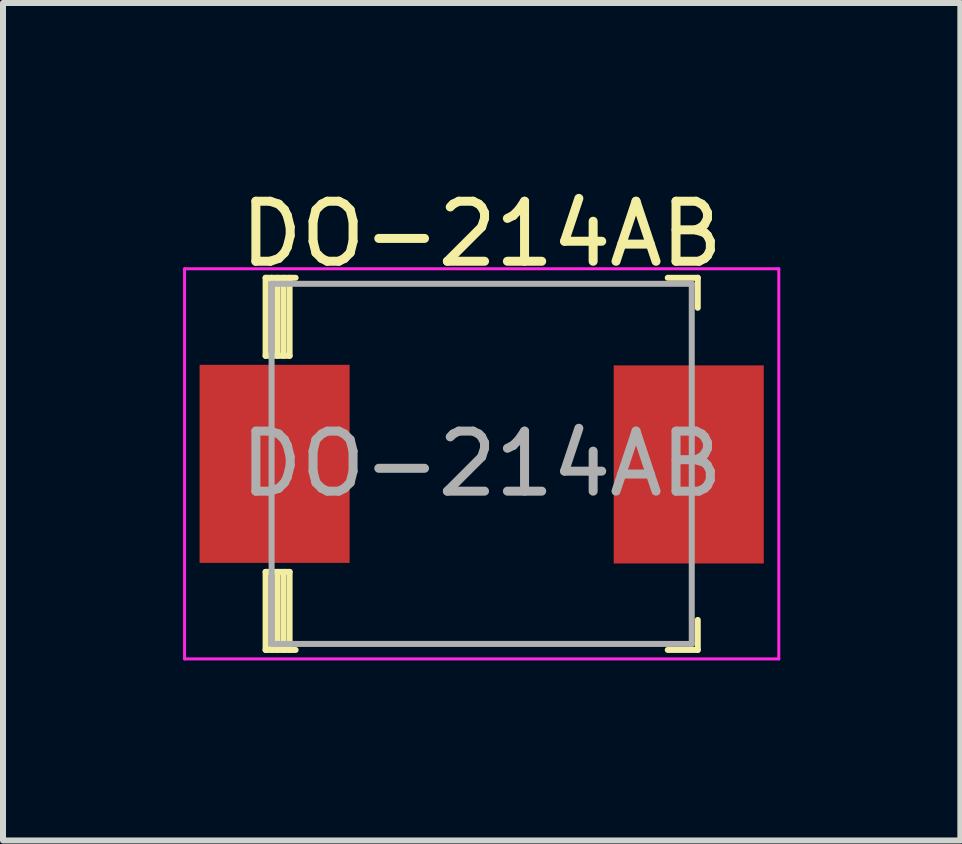
<source format=kicad_pcb>
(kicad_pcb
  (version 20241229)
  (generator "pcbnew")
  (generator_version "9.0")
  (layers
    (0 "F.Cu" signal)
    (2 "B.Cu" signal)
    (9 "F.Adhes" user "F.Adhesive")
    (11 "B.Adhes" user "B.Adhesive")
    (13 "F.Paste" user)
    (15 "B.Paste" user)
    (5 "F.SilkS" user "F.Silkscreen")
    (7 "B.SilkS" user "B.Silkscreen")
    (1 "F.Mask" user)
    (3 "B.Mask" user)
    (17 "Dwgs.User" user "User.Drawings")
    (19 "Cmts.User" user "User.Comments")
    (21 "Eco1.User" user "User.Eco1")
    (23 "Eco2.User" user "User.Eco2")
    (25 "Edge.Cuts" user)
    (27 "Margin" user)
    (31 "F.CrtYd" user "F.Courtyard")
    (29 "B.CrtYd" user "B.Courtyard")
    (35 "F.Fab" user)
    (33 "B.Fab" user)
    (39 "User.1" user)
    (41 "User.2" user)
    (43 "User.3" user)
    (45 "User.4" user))
  (footprint "DO-214AB"
    (layer "F.Cu")
    (at 4.975 4.678)
    (property "Reference" "DO-214AB" (at 0 -3.83 0) (layer "F.SilkS") (effects (font (size 1 1) (thickness 0.15))))
    (attr smd)
    (fp_line (start -3.6 -3.1) (end -3.6 -1.8) (stroke (width 0.1) (type solid)) (layer "F.SilkS"))
    (fp_line (start -3.6 -3.1) (end -3.1 -3.1) (stroke (width 0.1) (type solid)) (layer "F.SilkS"))
    (fp_line (start -3.6 -1.8) (end -3.2 -1.8) (stroke (width 0.1) (type solid)) (layer "F.SilkS"))
    (fp_line (start -3.6 1.8) (end -3.2 1.8) (stroke (width 0.1) (type solid)) (layer "F.SilkS"))
    (fp_line (start -3.6 3.1) (end -3.6 1.8) (stroke (width 0.1) (type solid)) (layer "F.SilkS"))
    (fp_line (start -3.6 3.1) (end -3.1 3.1) (stroke (width 0.1) (type solid)) (layer "F.SilkS"))
    (fp_line (start -3.5 -3.1) (end -3.5 -1.8) (stroke (width 0.1) (type solid)) (layer "F.SilkS"))
    (fp_line (start -3.5 3.1) (end -3.5 1.8) (stroke (width 0.1) (type solid)) (layer "F.SilkS"))
    (fp_line (start -3.4 -3.1) (end -3.4 -1.8) (stroke (width 0.1) (type solid)) (layer "F.SilkS"))
    (fp_line (start -3.4 3.1) (end -3.4 1.8) (stroke (width 0.1) (type solid)) (layer "F.SilkS"))
    (fp_line (start -3.3 -3.1) (end -3.3 -1.8) (stroke (width 0.1) (type solid)) (layer "F.SilkS"))
    (fp_line (start -3.3 3.1) (end -3.3 1.8) (stroke (width 0.1) (type solid)) (layer "F.SilkS"))
    (fp_line (start -3.2 -3.1) (end -3.2 -1.8) (stroke (width 0.1) (type solid)) (layer "F.SilkS"))
    (fp_line (start -3.2 3.1) (end -3.2 1.8) (stroke (width 0.1) (type solid)) (layer "F.SilkS"))
    (fp_line (start 3.6 -3.1) (end 3.1 -3.1) (stroke (width 0.1) (type solid)) (layer "F.SilkS"))
    (fp_line (start 3.6 -3.1) (end 3.6 -2.6) (stroke (width 0.1) (type solid)) (layer "F.SilkS"))
    (fp_line (start 3.6 3.1) (end 3.1 3.1) (stroke (width 0.1) (type solid)) (layer "F.SilkS"))
    (fp_line (start 3.6 3.1) (end 3.6 2.6) (stroke (width 0.1) (type solid)) (layer "F.SilkS"))
    (fp_line (start -4.95 -3.25) (end 4.95 -3.25) (stroke (width 0.05) (type solid)) (layer "F.CrtYd"))
    (fp_line (start -4.95 3.25) (end -4.95 -3.25) (stroke (width 0.05) (type solid)) (layer "F.CrtYd"))
    (fp_line (start -4.95 3.25) (end 4.95 3.25) (stroke (width 0.05) (type solid)) (layer "F.CrtYd"))
    (fp_line (start 4.95 3.25) (end 4.95 -3.25) (stroke (width 0.05) (type solid)) (layer "F.CrtYd"))
    (fp_line (start -3.5 -3) (end -3.5 3) (stroke (width 0.1) (type solid)) (layer "F.Fab"))
    (fp_line (start -3.5 -3) (end 3.5 -3) (stroke (width 0.1) (type solid)) (layer "F.Fab"))
    (fp_line (start -3.5 3) (end 3.5 3) (stroke (width 0.1) (type solid)) (layer "F.Fab"))
    (fp_line (start 3.5 -3) (end 3.5 3) (stroke (width 0.1) (type solid)) (layer "F.Fab"))
    (fp_text user "${REFERENCE}" (at 0 0 0) (layer "F.Fab") (effects (font (size 1 1) (thickness 0.15))))
    (pad "A" smd rect (at 3.45 0.01) (size 2.5 3.3) (layers "F.Cu" "F.Mask" "F.Paste"))
    (pad "K" smd rect (at -3.45 0) (size 2.5 3.3) (layers "F.Cu" "F.Mask" "F.Paste")))
  (gr_rect
    (start -3 -3)
    (end 12.95 10.953)
    (stroke (width 0.1) (type default))
    (fill no)
    (layer "Edge.Cuts")))
</source>
